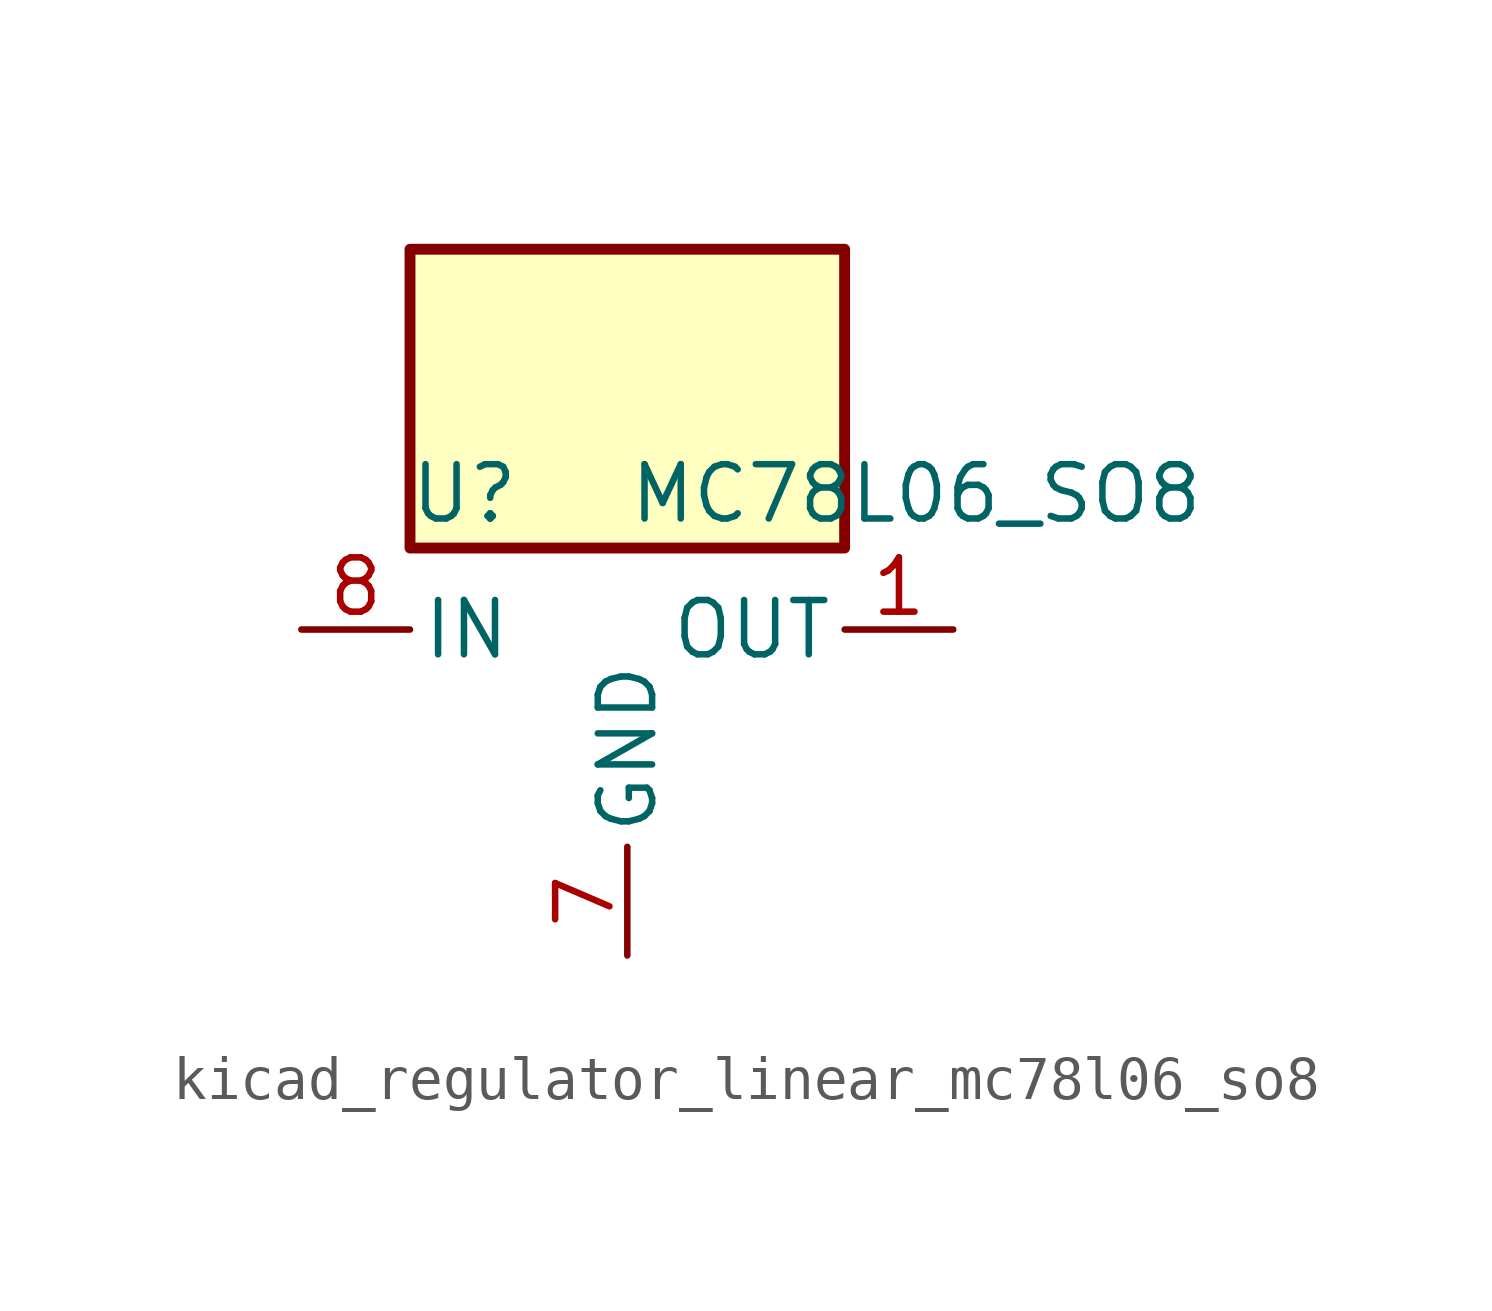
<source format=kicad_sym>
(kicad_symbol_lib
  (version 20220914)
  (generator kicad_symbol_editor)
  (symbol "kicad_regulator_linear_mc78l06_so8"
    (pin_names
      (offset 0.254))
    (property "Reference" "U"
      (at -3.81 3.175 0)
      (effects (font (size 1.27 1.27))))
    (property "Value" "MC78L06_SO8"
      (at 0 3.175 0)
      (effects (font (size 1.27 1.27)) (justify left)))
    (symbol "kicad_regulator_linear_mc78l06_so8_0_1"
      (rectangle (start 5.08 8.89) (end -5.08 1.905) (stroke (width 0.254) (type default)) (fill (type background))))
    (symbol "kicad_regulator_linear_mc78l06_so8_1_1"
      (pin power_out line (at 7.62 0 180) (length 2.54) (name "OUT" (effects (font (size 1.27 1.27)))) (number "1" (effects (font (size 1.27 1.27)))))
      (pin passive line (at 0 -7.62 90) (length 2.54) hide (name "GND" (effects (font (size 1.27 1.27)))) (number "2" (effects (font (size 1.27 1.27)))))
      (pin passive line (at 0 -7.62 90) (length 2.54) hide (name "GND" (effects (font (size 1.27 1.27)))) (number "3" (effects (font (size 1.27 1.27)))))
      (pin no_connect line (at -5.08 -2.54 0) (length 2.54) hide (name "NC" (effects (font (size 1.27 1.27)))) (number "4" (effects (font (size 1.27 1.27)))))
      (pin no_connect line (at 5.08 -2.54 180) (length 2.54) hide (name "NC" (effects (font (size 1.27 1.27)))) (number "5" (effects (font (size 1.27 1.27)))))
      (pin passive line (at 0 -7.62 90) (length 2.54) hide (name "GND" (effects (font (size 1.27 1.27)))) (number "6" (effects (font (size 1.27 1.27)))))
      (pin power_in line (at 0 -7.62 90) (length 2.54) (name "GND" (effects (font (size 1.27 1.27)))) (number "7" (effects (font (size 1.27 1.27)))))
      (pin power_in line (at -7.62 0 0) (length 2.54) (name "IN" (effects (font (size 1.27 1.27)))) (number "8" (effects (font (size 1.27 1.27))))))))
</source>
